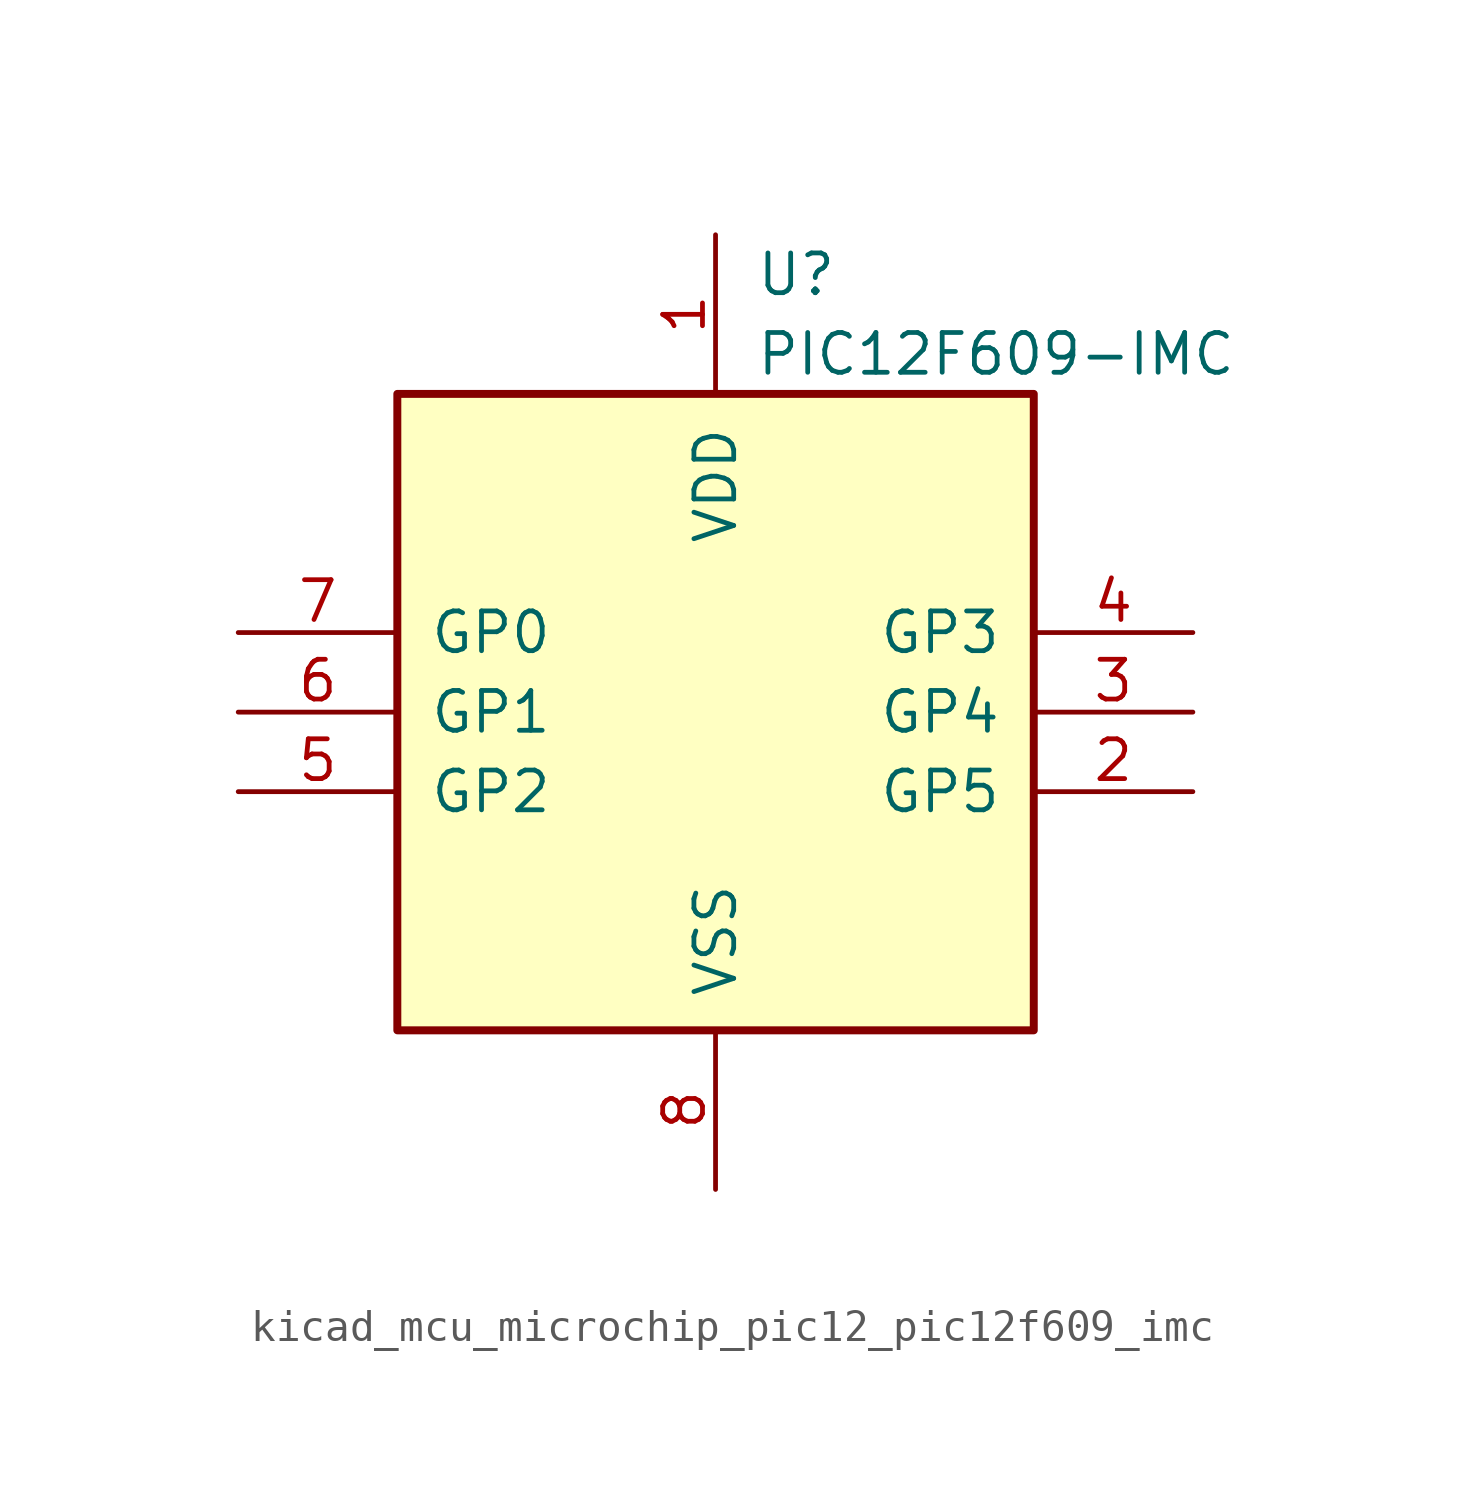
<source format=kicad_sym>
(kicad_symbol_lib
  (version 20220914)
  (generator kicad_symbol_editor)
  (symbol "kicad_mcu_microchip_pic12_pic12f609_imc"
    (pin_names
      (offset 1.016))
    (property "Reference" "U"
      (at 1.27 13.97 0)
      (effects (font (size 1.27 1.27)) (justify left)))
    (property "Value" "PIC12F609-IMC"
      (at 1.27 11.43 0)
      (effects (font (size 1.27 1.27)) (justify left)))
    (symbol "kicad_mcu_microchip_pic12_pic12f609_imc_0_1"
      (rectangle (start 10.16 -10.16) (end -10.16 10.16) (stroke (width 0.254) (type default)) (fill (type background))))
    (symbol "kicad_mcu_microchip_pic12_pic12f609_imc_1_1"
      (pin power_in line (at 0 15.24 270) (length 5.08) (name "VDD" (effects (font (size 1.27 1.27)))) (number "1" (effects (font (size 1.27 1.27)))))
      (pin bidirectional line (at 15.24 -2.54 180) (length 5.08) (name "GP5" (effects (font (size 1.27 1.27)))) (number "2" (effects (font (size 1.27 1.27)))))
      (pin bidirectional line (at 15.24 0 180) (length 5.08) (name "GP4" (effects (font (size 1.27 1.27)))) (number "3" (effects (font (size 1.27 1.27)))))
      (pin input line (at 15.24 2.54 180) (length 5.08) (name "GP3" (effects (font (size 1.27 1.27)))) (number "4" (effects (font (size 1.27 1.27)))))
      (pin bidirectional line (at -15.24 -2.54 0) (length 5.08) (name "GP2" (effects (font (size 1.27 1.27)))) (number "5" (effects (font (size 1.27 1.27)))))
      (pin bidirectional line (at -15.24 0 0) (length 5.08) (name "GP1" (effects (font (size 1.27 1.27)))) (number "6" (effects (font (size 1.27 1.27)))))
      (pin bidirectional line (at -15.24 2.54 0) (length 5.08) (name "GP0" (effects (font (size 1.27 1.27)))) (number "7" (effects (font (size 1.27 1.27)))))
      (pin power_in line (at 0 -15.24 90) (length 5.08) (name "VSS" (effects (font (size 1.27 1.27)))) (number "8" (effects (font (size 1.27 1.27))))))))
</source>
